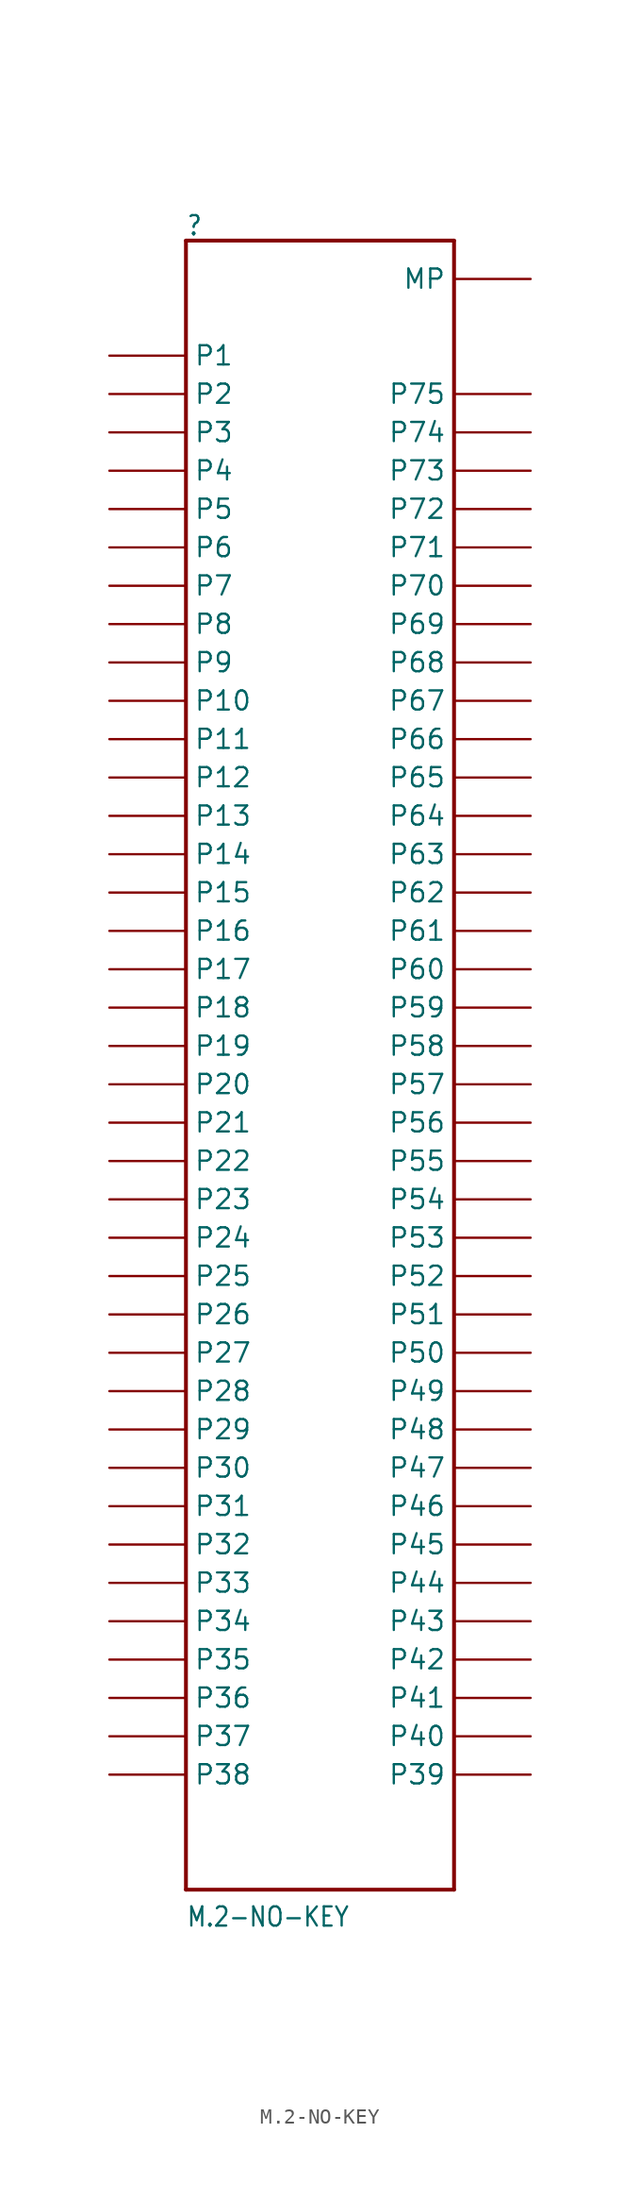
<source format=kicad_sym>
(kicad_symbol_lib
  (version 20231120)
  (generator "kicad_symbol_editor")
  (generator_version "8.0")
  (symbol "M.2-NO-KEY"
    (property "Reference" ""
      (at 0 109.474 0)
      (effects (font (size 1.27 1.079)) (justify left bottom)))
    (property "Value" "M.2-NO-KEY"
      (at 0 -2.54 0)
      (effects (font (size 1.27 1.079)) (justify left bottom)))
    (property "ki_locked" ""
      (at 0 0 0)
      (effects (font (size 1.27 1.27))))
    (symbol "M.2-NO-KEY_1_0"
      (polyline (pts (xy 0 0) (xy 0 109.22)) (stroke (width 0.254) (type default)) (fill (type none)))
      (polyline (pts (xy 0 109.22) (xy 17.78 109.22)) (stroke (width 0.254) (type default)) (fill (type none)))
      (polyline (pts (xy 17.78 0) (xy 0 0)) (stroke (width 0.254) (type default)) (fill (type none)))
      (polyline (pts (xy 17.78 109.22) (xy 17.78 0)) (stroke (width 0.254) (type default)) (fill (type none)))
      (pin bidirectional line (at 22.86 106.68 180) (length 5.08) (name "MP" (effects (font (size 1.27 1.27)))) (number "MOUNTING-HOLE" (effects (font (size 0 0)))))
      (pin bidirectional line (at -5.08 101.6 0) (length 5.08) (name "P1" (effects (font (size 1.27 1.27)))) (number "P$1" (effects (font (size 0 0)))))
      (pin bidirectional line (at -5.08 78.74 0) (length 5.08) (name "P10" (effects (font (size 1.27 1.27)))) (number "P$10" (effects (font (size 0 0)))))
      (pin bidirectional line (at -5.08 76.2 0) (length 5.08) (name "P11" (effects (font (size 1.27 1.27)))) (number "P$11" (effects (font (size 0 0)))))
      (pin bidirectional line (at -5.08 73.66 0) (length 5.08) (name "P12" (effects (font (size 1.27 1.27)))) (number "P$12" (effects (font (size 0 0)))))
      (pin bidirectional line (at -5.08 71.12 0) (length 5.08) (name "P13" (effects (font (size 1.27 1.27)))) (number "P$13" (effects (font (size 0 0)))))
      (pin bidirectional line (at -5.08 68.58 0) (length 5.08) (name "P14" (effects (font (size 1.27 1.27)))) (number "P$14" (effects (font (size 0 0)))))
      (pin bidirectional line (at -5.08 66.04 0) (length 5.08) (name "P15" (effects (font (size 1.27 1.27)))) (number "P$15" (effects (font (size 0 0)))))
      (pin bidirectional line (at -5.08 63.5 0) (length 5.08) (name "P16" (effects (font (size 1.27 1.27)))) (number "P$16" (effects (font (size 0 0)))))
      (pin bidirectional line (at -5.08 60.96 0) (length 5.08) (name "P17" (effects (font (size 1.27 1.27)))) (number "P$17" (effects (font (size 0 0)))))
      (pin bidirectional line (at -5.08 58.42 0) (length 5.08) (name "P18" (effects (font (size 1.27 1.27)))) (number "P$18" (effects (font (size 0 0)))))
      (pin bidirectional line (at -5.08 55.88 0) (length 5.08) (name "P19" (effects (font (size 1.27 1.27)))) (number "P$19" (effects (font (size 0 0)))))
      (pin bidirectional line (at -5.08 99.06 0) (length 5.08) (name "P2" (effects (font (size 1.27 1.27)))) (number "P$2" (effects (font (size 0 0)))))
      (pin bidirectional line (at -5.08 53.34 0) (length 5.08) (name "P20" (effects (font (size 1.27 1.27)))) (number "P$20" (effects (font (size 0 0)))))
      (pin bidirectional line (at -5.08 50.8 0) (length 5.08) (name "P21" (effects (font (size 1.27 1.27)))) (number "P$21" (effects (font (size 0 0)))))
      (pin bidirectional line (at -5.08 48.26 0) (length 5.08) (name "P22" (effects (font (size 1.27 1.27)))) (number "P$22" (effects (font (size 0 0)))))
      (pin bidirectional line (at -5.08 45.72 0) (length 5.08) (name "P23" (effects (font (size 1.27 1.27)))) (number "P$23" (effects (font (size 0 0)))))
      (pin bidirectional line (at -5.08 43.18 0) (length 5.08) (name "P24" (effects (font (size 1.27 1.27)))) (number "P$24" (effects (font (size 0 0)))))
      (pin bidirectional line (at -5.08 40.64 0) (length 5.08) (name "P25" (effects (font (size 1.27 1.27)))) (number "P$25" (effects (font (size 0 0)))))
      (pin bidirectional line (at -5.08 38.1 0) (length 5.08) (name "P26" (effects (font (size 1.27 1.27)))) (number "P$26" (effects (font (size 0 0)))))
      (pin bidirectional line (at -5.08 35.56 0) (length 5.08) (name "P27" (effects (font (size 1.27 1.27)))) (number "P$27" (effects (font (size 0 0)))))
      (pin bidirectional line (at -5.08 33.02 0) (length 5.08) (name "P28" (effects (font (size 1.27 1.27)))) (number "P$28" (effects (font (size 0 0)))))
      (pin bidirectional line (at -5.08 30.48 0) (length 5.08) (name "P29" (effects (font (size 1.27 1.27)))) (number "P$29" (effects (font (size 0 0)))))
      (pin bidirectional line (at -5.08 96.52 0) (length 5.08) (name "P3" (effects (font (size 1.27 1.27)))) (number "P$3" (effects (font (size 0 0)))))
      (pin bidirectional line (at -5.08 27.94 0) (length 5.08) (name "P30" (effects (font (size 1.27 1.27)))) (number "P$30" (effects (font (size 0 0)))))
      (pin bidirectional line (at -5.08 25.4 0) (length 5.08) (name "P31" (effects (font (size 1.27 1.27)))) (number "P$31" (effects (font (size 0 0)))))
      (pin bidirectional line (at -5.08 22.86 0) (length 5.08) (name "P32" (effects (font (size 1.27 1.27)))) (number "P$32" (effects (font (size 0 0)))))
      (pin bidirectional line (at -5.08 20.32 0) (length 5.08) (name "P33" (effects (font (size 1.27 1.27)))) (number "P$33" (effects (font (size 0 0)))))
      (pin bidirectional line (at -5.08 17.78 0) (length 5.08) (name "P34" (effects (font (size 1.27 1.27)))) (number "P$34" (effects (font (size 0 0)))))
      (pin bidirectional line (at -5.08 15.24 0) (length 5.08) (name "P35" (effects (font (size 1.27 1.27)))) (number "P$35" (effects (font (size 0 0)))))
      (pin bidirectional line (at -5.08 12.7 0) (length 5.08) (name "P36" (effects (font (size 1.27 1.27)))) (number "P$36" (effects (font (size 0 0)))))
      (pin bidirectional line (at -5.08 10.16 0) (length 5.08) (name "P37" (effects (font (size 1.27 1.27)))) (number "P$37" (effects (font (size 0 0)))))
      (pin bidirectional line (at -5.08 7.62 0) (length 5.08) (name "P38" (effects (font (size 1.27 1.27)))) (number "P$38" (effects (font (size 0 0)))))
      (pin bidirectional line (at 22.86 7.62 180) (length 5.08) (name "P39" (effects (font (size 1.27 1.27)))) (number "P$39" (effects (font (size 0 0)))))
      (pin bidirectional line (at -5.08 93.98 0) (length 5.08) (name "P4" (effects (font (size 1.27 1.27)))) (number "P$4" (effects (font (size 0 0)))))
      (pin bidirectional line (at 22.86 10.16 180) (length 5.08) (name "P40" (effects (font (size 1.27 1.27)))) (number "P$40" (effects (font (size 0 0)))))
      (pin bidirectional line (at 22.86 12.7 180) (length 5.08) (name "P41" (effects (font (size 1.27 1.27)))) (number "P$41" (effects (font (size 0 0)))))
      (pin bidirectional line (at 22.86 15.24 180) (length 5.08) (name "P42" (effects (font (size 1.27 1.27)))) (number "P$42" (effects (font (size 0 0)))))
      (pin bidirectional line (at 22.86 17.78 180) (length 5.08) (name "P43" (effects (font (size 1.27 1.27)))) (number "P$43" (effects (font (size 0 0)))))
      (pin bidirectional line (at 22.86 20.32 180) (length 5.08) (name "P44" (effects (font (size 1.27 1.27)))) (number "P$44" (effects (font (size 0 0)))))
      (pin bidirectional line (at 22.86 22.86 180) (length 5.08) (name "P45" (effects (font (size 1.27 1.27)))) (number "P$45" (effects (font (size 0 0)))))
      (pin bidirectional line (at 22.86 25.4 180) (length 5.08) (name "P46" (effects (font (size 1.27 1.27)))) (number "P$46" (effects (font (size 0 0)))))
      (pin bidirectional line (at 22.86 27.94 180) (length 5.08) (name "P47" (effects (font (size 1.27 1.27)))) (number "P$47" (effects (font (size 0 0)))))
      (pin bidirectional line (at 22.86 30.48 180) (length 5.08) (name "P48" (effects (font (size 1.27 1.27)))) (number "P$48" (effects (font (size 0 0)))))
      (pin bidirectional line (at 22.86 33.02 180) (length 5.08) (name "P49" (effects (font (size 1.27 1.27)))) (number "P$49" (effects (font (size 0 0)))))
      (pin bidirectional line (at -5.08 91.44 0) (length 5.08) (name "P5" (effects (font (size 1.27 1.27)))) (number "P$5" (effects (font (size 0 0)))))
      (pin bidirectional line (at 22.86 35.56 180) (length 5.08) (name "P50" (effects (font (size 1.27 1.27)))) (number "P$50" (effects (font (size 0 0)))))
      (pin bidirectional line (at 22.86 38.1 180) (length 5.08) (name "P51" (effects (font (size 1.27 1.27)))) (number "P$51" (effects (font (size 0 0)))))
      (pin bidirectional line (at 22.86 40.64 180) (length 5.08) (name "P52" (effects (font (size 1.27 1.27)))) (number "P$52" (effects (font (size 0 0)))))
      (pin bidirectional line (at 22.86 43.18 180) (length 5.08) (name "P53" (effects (font (size 1.27 1.27)))) (number "P$53" (effects (font (size 0 0)))))
      (pin bidirectional line (at 22.86 45.72 180) (length 5.08) (name "P54" (effects (font (size 1.27 1.27)))) (number "P$54" (effects (font (size 0 0)))))
      (pin bidirectional line (at 22.86 48.26 180) (length 5.08) (name "P55" (effects (font (size 1.27 1.27)))) (number "P$55" (effects (font (size 0 0)))))
      (pin bidirectional line (at 22.86 50.8 180) (length 5.08) (name "P56" (effects (font (size 1.27 1.27)))) (number "P$56" (effects (font (size 0 0)))))
      (pin bidirectional line (at 22.86 53.34 180) (length 5.08) (name "P57" (effects (font (size 1.27 1.27)))) (number "P$57" (effects (font (size 0 0)))))
      (pin bidirectional line (at 22.86 55.88 180) (length 5.08) (name "P58" (effects (font (size 1.27 1.27)))) (number "P$58" (effects (font (size 0 0)))))
      (pin bidirectional line (at 22.86 58.42 180) (length 5.08) (name "P59" (effects (font (size 1.27 1.27)))) (number "P$59" (effects (font (size 0 0)))))
      (pin bidirectional line (at -5.08 88.9 0) (length 5.08) (name "P6" (effects (font (size 1.27 1.27)))) (number "P$6" (effects (font (size 0 0)))))
      (pin bidirectional line (at 22.86 60.96 180) (length 5.08) (name "P60" (effects (font (size 1.27 1.27)))) (number "P$60" (effects (font (size 0 0)))))
      (pin bidirectional line (at 22.86 63.5 180) (length 5.08) (name "P61" (effects (font (size 1.27 1.27)))) (number "P$61" (effects (font (size 0 0)))))
      (pin bidirectional line (at 22.86 66.04 180) (length 5.08) (name "P62" (effects (font (size 1.27 1.27)))) (number "P$62" (effects (font (size 0 0)))))
      (pin bidirectional line (at 22.86 68.58 180) (length 5.08) (name "P63" (effects (font (size 1.27 1.27)))) (number "P$63" (effects (font (size 0 0)))))
      (pin bidirectional line (at 22.86 71.12 180) (length 5.08) (name "P64" (effects (font (size 1.27 1.27)))) (number "P$64" (effects (font (size 0 0)))))
      (pin bidirectional line (at 22.86 73.66 180) (length 5.08) (name "P65" (effects (font (size 1.27 1.27)))) (number "P$65" (effects (font (size 0 0)))))
      (pin bidirectional line (at 22.86 76.2 180) (length 5.08) (name "P66" (effects (font (size 1.27 1.27)))) (number "P$66" (effects (font (size 0 0)))))
      (pin bidirectional line (at 22.86 78.74 180) (length 5.08) (name "P67" (effects (font (size 1.27 1.27)))) (number "P$67" (effects (font (size 0 0)))))
      (pin bidirectional line (at 22.86 81.28 180) (length 5.08) (name "P68" (effects (font (size 1.27 1.27)))) (number "P$68" (effects (font (size 0 0)))))
      (pin bidirectional line (at 22.86 83.82 180) (length 5.08) (name "P69" (effects (font (size 1.27 1.27)))) (number "P$69" (effects (font (size 0 0)))))
      (pin bidirectional line (at -5.08 86.36 0) (length 5.08) (name "P7" (effects (font (size 1.27 1.27)))) (number "P$7" (effects (font (size 0 0)))))
      (pin bidirectional line (at 22.86 86.36 180) (length 5.08) (name "P70" (effects (font (size 1.27 1.27)))) (number "P$70" (effects (font (size 0 0)))))
      (pin bidirectional line (at 22.86 88.9 180) (length 5.08) (name "P71" (effects (font (size 1.27 1.27)))) (number "P$71" (effects (font (size 0 0)))))
      (pin bidirectional line (at 22.86 91.44 180) (length 5.08) (name "P72" (effects (font (size 1.27 1.27)))) (number "P$72" (effects (font (size 0 0)))))
      (pin bidirectional line (at 22.86 93.98 180) (length 5.08) (name "P73" (effects (font (size 1.27 1.27)))) (number "P$73" (effects (font (size 0 0)))))
      (pin bidirectional line (at 22.86 96.52 180) (length 5.08) (name "P74" (effects (font (size 1.27 1.27)))) (number "P$74" (effects (font (size 0 0)))))
      (pin bidirectional line (at 22.86 99.06 180) (length 5.08) (name "P75" (effects (font (size 1.27 1.27)))) (number "P$75" (effects (font (size 0 0)))))
      (pin bidirectional line (at -5.08 83.82 0) (length 5.08) (name "P8" (effects (font (size 1.27 1.27)))) (number "P$8" (effects (font (size 0 0)))))
      (pin bidirectional line (at -5.08 81.28 0) (length 5.08) (name "P9" (effects (font (size 1.27 1.27)))) (number "P$9" (effects (font (size 0 0))))))))
</source>
